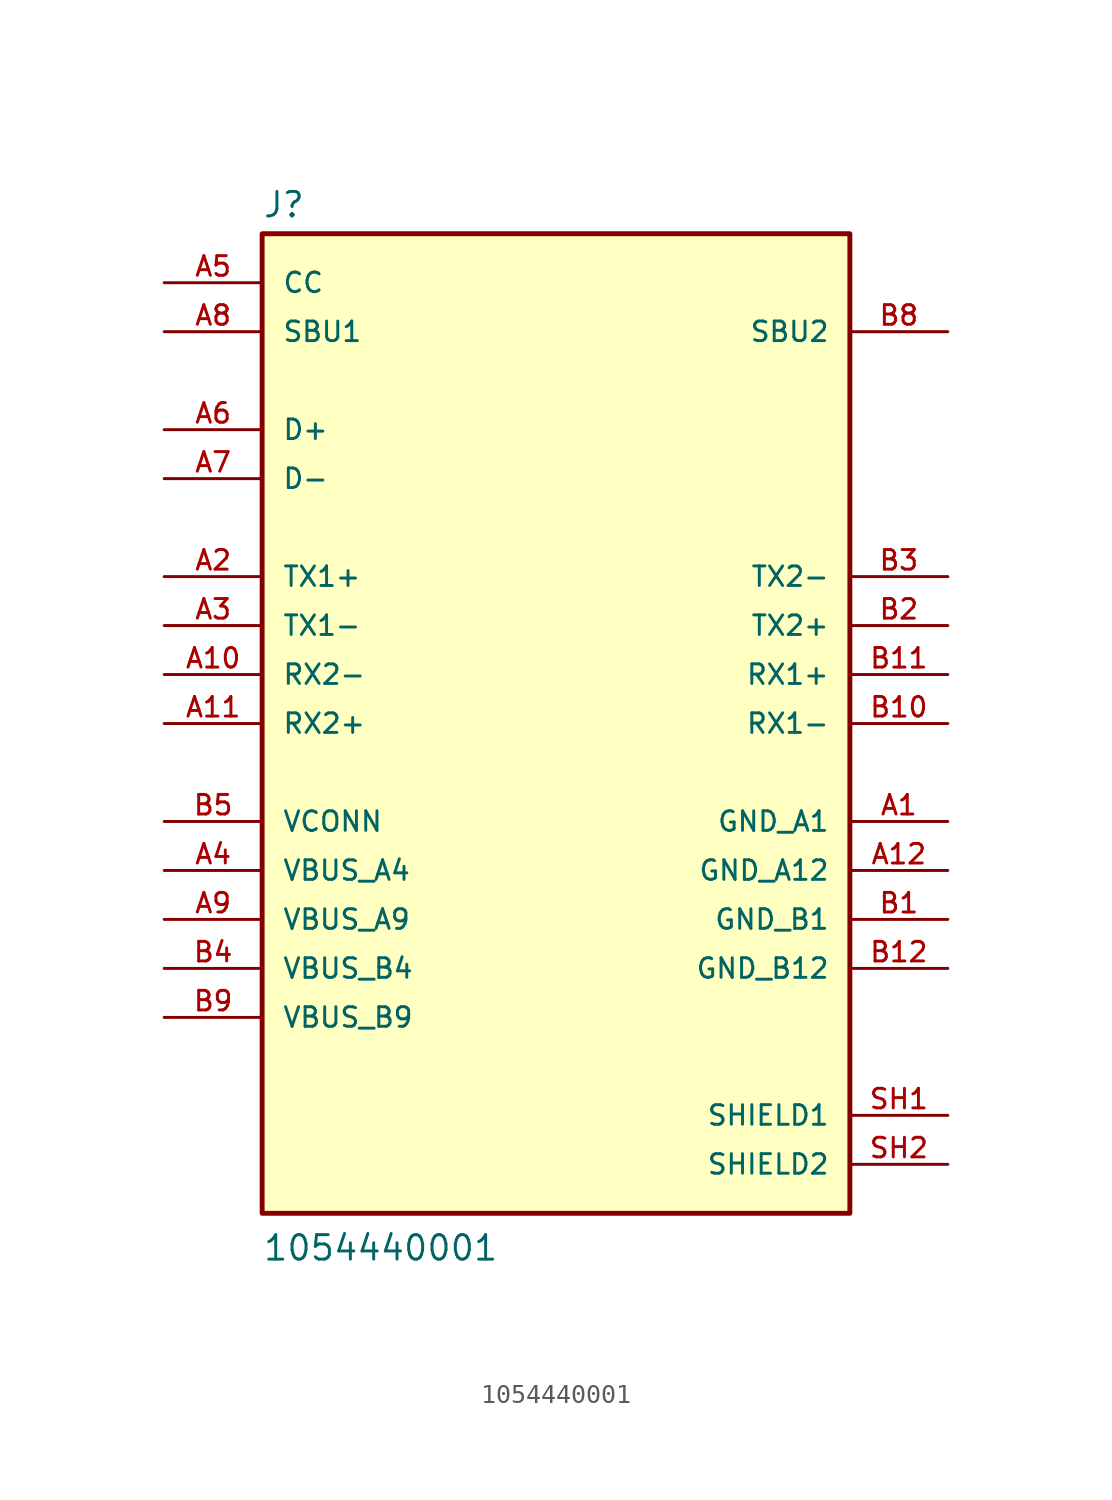
<source format=kicad_sym>
(kicad_symbol_lib
  (version 20211014)
  (generator kicad_symbol_editor)
  (symbol "1054440001"
    (pin_names
      (offset 1.016))
    (property "Reference" "J"
      (at -15.24 26.162 0)
      (effects (font (size 1.27 1.27)) (justify bottom left)))
    (property "Value" "1054440001"
      (at -15.24 -27.94 0)
      (effects (font (size 1.27 1.27)) (justify bottom left)))
    (symbol "1054440001_0_0"
      (rectangle (start -15.24 -25.4) (end 15.24 25.4) (stroke (width 0.254)) (fill (type background)))
      (pin power_in line (at 20.32 -5.08 180.0) (length 5.08) (name "GND_A1" (effects (font (size 1.016 1.016)))) (number "A1" (effects (font (size 1.016 1.016)))))
      (pin bidirectional line (at -20.32 5.08 0) (length 5.08) (name "TX1-" (effects (font (size 1.016 1.016)))) (number "A3" (effects (font (size 1.016 1.016)))))
      (pin bidirectional line (at -20.32 7.62 0) (length 5.08) (name "TX1+" (effects (font (size 1.016 1.016)))) (number "A2" (effects (font (size 1.016 1.016)))))
      (pin power_in line (at -20.32 -7.62 0) (length 5.08) (name "VBUS_A4" (effects (font (size 1.016 1.016)))) (number "A4" (effects (font (size 1.016 1.016)))))
      (pin bidirectional line (at -20.32 15.24 0) (length 5.08) (name "D+" (effects (font (size 1.016 1.016)))) (number "A6" (effects (font (size 1.016 1.016)))))
      (pin bidirectional line (at -20.32 22.86 0) (length 5.08) (name "CC" (effects (font (size 1.016 1.016)))) (number "A5" (effects (font (size 1.016 1.016)))))
      (pin bidirectional line (at -20.32 20.32 0) (length 5.08) (name "SBU1" (effects (font (size 1.016 1.016)))) (number "A8" (effects (font (size 1.016 1.016)))))
      (pin bidirectional line (at -20.32 12.7 0) (length 5.08) (name "D-" (effects (font (size 1.016 1.016)))) (number "A7" (effects (font (size 1.016 1.016)))))
      (pin bidirectional line (at -20.32 2.54 0) (length 5.08) (name "RX2-" (effects (font (size 1.016 1.016)))) (number "A10" (effects (font (size 1.016 1.016)))))
      (pin bidirectional line (at -20.32 0.0 0) (length 5.08) (name "RX2+" (effects (font (size 1.016 1.016)))) (number "A11" (effects (font (size 1.016 1.016)))))
      (pin passive line (at 20.32 -20.32 180.0) (length 5.08) (name "SHIELD1" (effects (font (size 1.016 1.016)))) (number "SH1" (effects (font (size 1.016 1.016)))))
      (pin power_in line (at 20.32 -10.16 180.0) (length 5.08) (name "GND_B1" (effects (font (size 1.016 1.016)))) (number "B1" (effects (font (size 1.016 1.016)))))
      (pin bidirectional line (at 20.32 7.62 180.0) (length 5.08) (name "TX2-" (effects (font (size 1.016 1.016)))) (number "B3" (effects (font (size 1.016 1.016)))))
      (pin bidirectional line (at 20.32 5.08 180.0) (length 5.08) (name "TX2+" (effects (font (size 1.016 1.016)))) (number "B2" (effects (font (size 1.016 1.016)))))
      (pin power_in line (at -20.32 -12.7 0) (length 5.08) (name "VBUS_B4" (effects (font (size 1.016 1.016)))) (number "B4" (effects (font (size 1.016 1.016)))))
      (pin power_in line (at -20.32 -5.08 0) (length 5.08) (name "VCONN" (effects (font (size 1.016 1.016)))) (number "B5" (effects (font (size 1.016 1.016)))))
      (pin bidirectional line (at 20.32 20.32 180.0) (length 5.08) (name "SBU2" (effects (font (size 1.016 1.016)))) (number "B8" (effects (font (size 1.016 1.016)))))
      (pin bidirectional line (at 20.32 0.0 180.0) (length 5.08) (name "RX1-" (effects (font (size 1.016 1.016)))) (number "B10" (effects (font (size 1.016 1.016)))))
      (pin bidirectional line (at 20.32 2.54 180.0) (length 5.08) (name "RX1+" (effects (font (size 1.016 1.016)))) (number "B11" (effects (font (size 1.016 1.016)))))
      (pin power_in line (at -20.32 -10.16 0) (length 5.08) (name "VBUS_A9" (effects (font (size 1.016 1.016)))) (number "A9" (effects (font (size 1.016 1.016)))))
      (pin power_in line (at -20.32 -15.24 0) (length 5.08) (name "VBUS_B9" (effects (font (size 1.016 1.016)))) (number "B9" (effects (font (size 1.016 1.016)))))
      (pin power_in line (at 20.32 -7.62 180.0) (length 5.08) (name "GND_A12" (effects (font (size 1.016 1.016)))) (number "A12" (effects (font (size 1.016 1.016)))))
      (pin power_in line (at 20.32 -12.7 180.0) (length 5.08) (name "GND_B12" (effects (font (size 1.016 1.016)))) (number "B12" (effects (font (size 1.016 1.016)))))
      (pin passive line (at 20.32 -22.86 180.0) (length 5.08) (name "SHIELD2" (effects (font (size 1.016 1.016)))) (number "SH2" (effects (font (size 1.016 1.016))))))))
</source>
